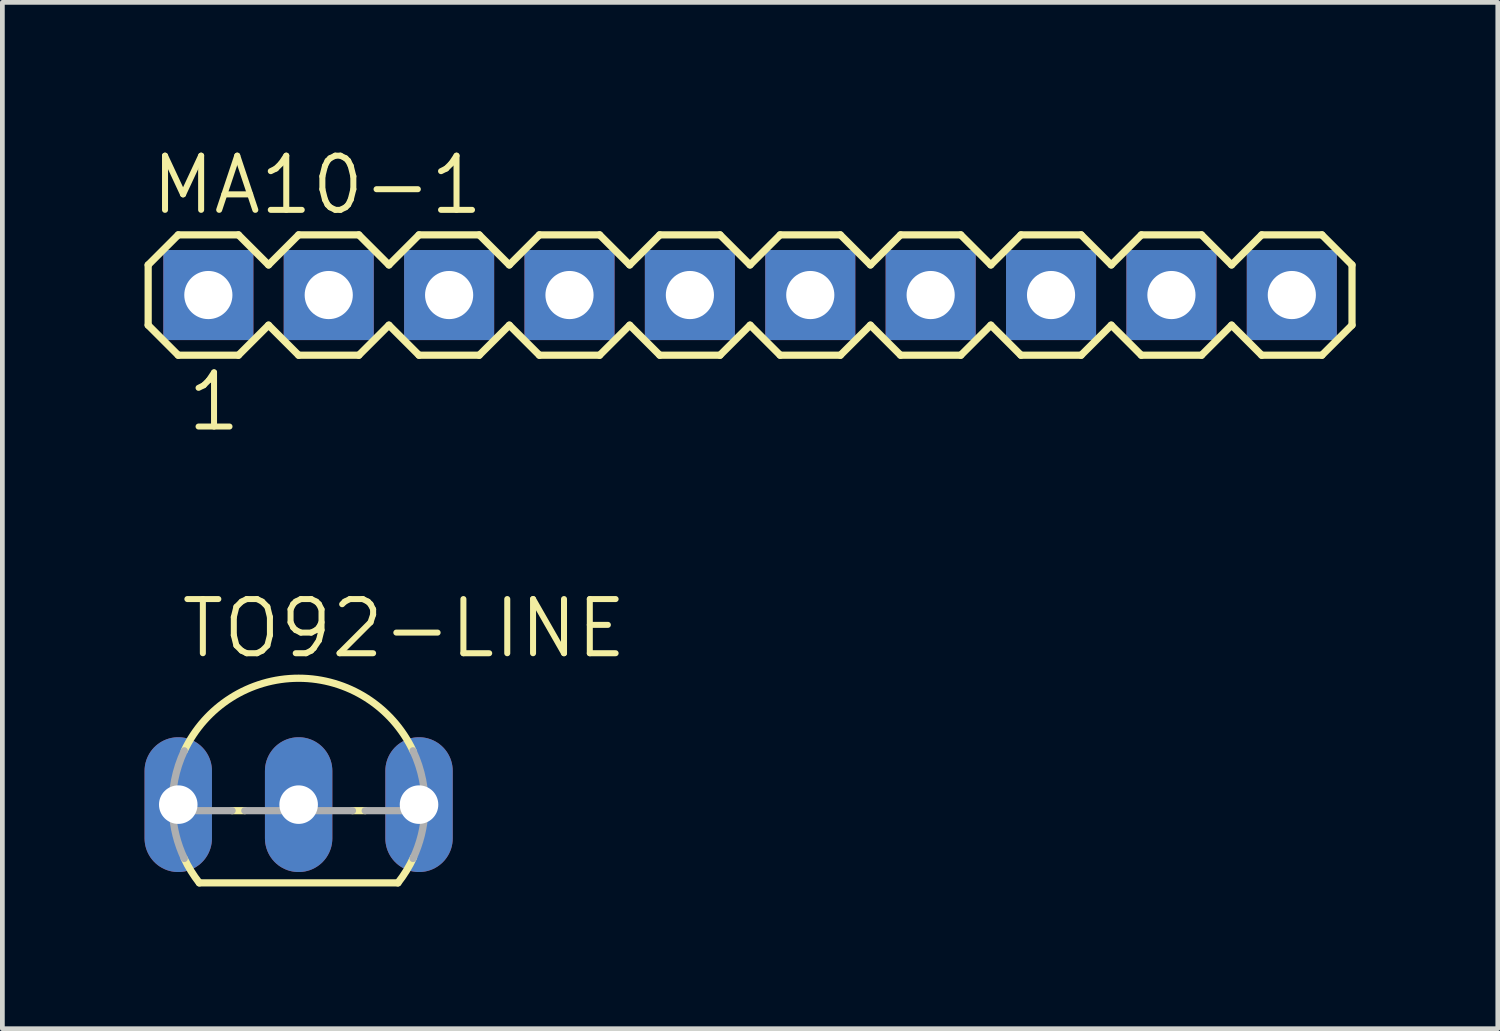
<source format=kicad_pcb>
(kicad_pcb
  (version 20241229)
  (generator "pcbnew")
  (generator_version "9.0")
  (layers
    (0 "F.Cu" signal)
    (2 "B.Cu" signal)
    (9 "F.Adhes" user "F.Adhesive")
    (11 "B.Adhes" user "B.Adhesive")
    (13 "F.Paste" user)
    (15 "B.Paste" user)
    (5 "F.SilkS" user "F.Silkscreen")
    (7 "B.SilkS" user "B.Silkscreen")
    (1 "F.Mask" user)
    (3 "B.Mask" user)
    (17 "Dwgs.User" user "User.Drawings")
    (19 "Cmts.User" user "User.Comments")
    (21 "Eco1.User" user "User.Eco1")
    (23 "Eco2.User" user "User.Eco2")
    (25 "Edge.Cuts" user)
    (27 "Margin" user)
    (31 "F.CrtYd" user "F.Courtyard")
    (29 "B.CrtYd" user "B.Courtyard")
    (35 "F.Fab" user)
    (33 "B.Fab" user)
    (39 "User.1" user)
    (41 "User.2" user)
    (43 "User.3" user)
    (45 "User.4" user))
  (footprint "MA10-1"
    (layer "F.Cu")
    (at 12.776 3.175)
    (property "Reference" "MA10-1" (at -12.7 -1.651 0) (layer "F.SilkS") (effects (font (size 1.143 1.143) (thickness 0.127)) (justify left bottom)))
    (fp_line (start -12.7 -0.635) (end -12.7 0.635) (stroke (width 0.152) (type solid)) (layer "F.SilkS"))
    (fp_line (start -12.7 0.635) (end -12.065 1.27) (stroke (width 0.152) (type solid)) (layer "F.SilkS"))
    (fp_line (start -12.065 -1.27) (end -12.7 -0.635) (stroke (width 0.152) (type solid)) (layer "F.SilkS"))
    (fp_line (start -12.065 -1.27) (end -10.795 -1.27) (stroke (width 0.152) (type solid)) (layer "F.SilkS"))
    (fp_line (start -10.795 -1.27) (end -10.16 -0.635) (stroke (width 0.152) (type solid)) (layer "F.SilkS"))
    (fp_line (start -10.795 1.27) (end -12.065 1.27) (stroke (width 0.152) (type solid)) (layer "F.SilkS"))
    (fp_line (start -10.16 -0.635) (end -9.525 -1.27) (stroke (width 0.152) (type solid)) (layer "F.SilkS"))
    (fp_line (start -10.16 0.635) (end -10.795 1.27) (stroke (width 0.152) (type solid)) (layer "F.SilkS"))
    (fp_line (start -9.525 -1.27) (end -8.255 -1.27) (stroke (width 0.152) (type solid)) (layer "F.SilkS"))
    (fp_line (start -9.525 1.27) (end -10.16 0.635) (stroke (width 0.152) (type solid)) (layer "F.SilkS"))
    (fp_line (start -8.255 -1.27) (end -7.62 -0.635) (stroke (width 0.152) (type solid)) (layer "F.SilkS"))
    (fp_line (start -8.255 1.27) (end -9.525 1.27) (stroke (width 0.152) (type solid)) (layer "F.SilkS"))
    (fp_line (start -7.62 -0.635) (end -6.985 -1.27) (stroke (width 0.152) (type solid)) (layer "F.SilkS"))
    (fp_line (start -7.62 0.635) (end -8.255 1.27) (stroke (width 0.152) (type solid)) (layer "F.SilkS"))
    (fp_line (start -6.985 -1.27) (end -5.715 -1.27) (stroke (width 0.152) (type solid)) (layer "F.SilkS"))
    (fp_line (start -6.985 1.27) (end -7.62 0.635) (stroke (width 0.152) (type solid)) (layer "F.SilkS"))
    (fp_line (start -5.715 -1.27) (end -5.08 -0.635) (stroke (width 0.152) (type solid)) (layer "F.SilkS"))
    (fp_line (start -5.715 1.27) (end -6.985 1.27) (stroke (width 0.152) (type solid)) (layer "F.SilkS"))
    (fp_line (start -5.08 0.635) (end -5.715 1.27) (stroke (width 0.152) (type solid)) (layer "F.SilkS"))
    (fp_line (start -5.08 0.635) (end -4.445 1.27) (stroke (width 0.152) (type solid)) (layer "F.SilkS"))
    (fp_line (start -4.445 -1.27) (end -5.08 -0.635) (stroke (width 0.152) (type solid)) (layer "F.SilkS"))
    (fp_line (start -4.445 -1.27) (end -3.175 -1.27) (stroke (width 0.152) (type solid)) (layer "F.SilkS"))
    (fp_line (start -3.175 -1.27) (end -2.54 -0.635) (stroke (width 0.152) (type solid)) (layer "F.SilkS"))
    (fp_line (start -3.175 1.27) (end -4.445 1.27) (stroke (width 0.152) (type solid)) (layer "F.SilkS"))
    (fp_line (start -2.54 0.635) (end -3.175 1.27) (stroke (width 0.152) (type solid)) (layer "F.SilkS"))
    (fp_line (start -2.54 0.635) (end -1.905 1.27) (stroke (width 0.152) (type solid)) (layer "F.SilkS"))
    (fp_line (start -1.905 -1.27) (end -2.54 -0.635) (stroke (width 0.152) (type solid)) (layer "F.SilkS"))
    (fp_line (start -1.905 -1.27) (end -0.635 -1.27) (stroke (width 0.152) (type solid)) (layer "F.SilkS"))
    (fp_line (start -0.635 -1.27) (end 0 -0.635) (stroke (width 0.152) (type solid)) (layer "F.SilkS"))
    (fp_line (start -0.635 1.27) (end -1.905 1.27) (stroke (width 0.152) (type solid)) (layer "F.SilkS"))
    (fp_line (start 0 -0.635) (end 0.635 -1.27) (stroke (width 0.152) (type solid)) (layer "F.SilkS"))
    (fp_line (start 0 0.635) (end -0.635 1.27) (stroke (width 0.152) (type solid)) (layer "F.SilkS"))
    (fp_line (start 0.635 -1.27) (end 1.905 -1.27) (stroke (width 0.152) (type solid)) (layer "F.SilkS"))
    (fp_line (start 0.635 1.27) (end 0 0.635) (stroke (width 0.152) (type solid)) (layer "F.SilkS"))
    (fp_line (start 1.905 -1.27) (end 2.54 -0.635) (stroke (width 0.152) (type solid)) (layer "F.SilkS"))
    (fp_line (start 1.905 1.27) (end 0.635 1.27) (stroke (width 0.152) (type solid)) (layer "F.SilkS"))
    (fp_line (start 2.54 -0.635) (end 3.175 -1.27) (stroke (width 0.152) (type solid)) (layer "F.SilkS"))
    (fp_line (start 2.54 0.635) (end 1.905 1.27) (stroke (width 0.152) (type solid)) (layer "F.SilkS"))
    (fp_line (start 3.175 -1.27) (end 4.445 -1.27) (stroke (width 0.152) (type solid)) (layer "F.SilkS"))
    (fp_line (start 3.175 1.27) (end 2.54 0.635) (stroke (width 0.152) (type solid)) (layer "F.SilkS"))
    (fp_line (start 4.445 -1.27) (end 5.08 -0.635) (stroke (width 0.152) (type solid)) (layer "F.SilkS"))
    (fp_line (start 4.445 1.27) (end 3.175 1.27) (stroke (width 0.152) (type solid)) (layer "F.SilkS"))
    (fp_line (start 5.08 0.635) (end 4.445 1.27) (stroke (width 0.152) (type solid)) (layer "F.SilkS"))
    (fp_line (start 5.08 0.635) (end 5.715 1.27) (stroke (width 0.152) (type solid)) (layer "F.SilkS"))
    (fp_line (start 5.715 -1.27) (end 5.08 -0.635) (stroke (width 0.152) (type solid)) (layer "F.SilkS"))
    (fp_line (start 5.715 -1.27) (end 6.985 -1.27) (stroke (width 0.152) (type solid)) (layer "F.SilkS"))
    (fp_line (start 6.985 -1.27) (end 7.62 -0.635) (stroke (width 0.152) (type solid)) (layer "F.SilkS"))
    (fp_line (start 6.985 1.27) (end 5.715 1.27) (stroke (width 0.152) (type solid)) (layer "F.SilkS"))
    (fp_line (start 7.62 0.635) (end 6.985 1.27) (stroke (width 0.152) (type solid)) (layer "F.SilkS"))
    (fp_line (start 7.62 0.635) (end 8.255 1.27) (stroke (width 0.152) (type solid)) (layer "F.SilkS"))
    (fp_line (start 8.255 -1.27) (end 7.62 -0.635) (stroke (width 0.152) (type solid)) (layer "F.SilkS"))
    (fp_line (start 8.255 -1.27) (end 9.525 -1.27) (stroke (width 0.152) (type solid)) (layer "F.SilkS"))
    (fp_line (start 9.525 -1.27) (end 10.16 -0.635) (stroke (width 0.152) (type solid)) (layer "F.SilkS"))
    (fp_line (start 9.525 1.27) (end 8.255 1.27) (stroke (width 0.152) (type solid)) (layer "F.SilkS"))
    (fp_line (start 10.16 -0.635) (end 10.795 -1.27) (stroke (width 0.152) (type solid)) (layer "F.SilkS"))
    (fp_line (start 10.16 0.635) (end 9.525 1.27) (stroke (width 0.152) (type solid)) (layer "F.SilkS"))
    (fp_line (start 10.795 -1.27) (end 12.065 -1.27) (stroke (width 0.152) (type solid)) (layer "F.SilkS"))
    (fp_line (start 10.795 1.27) (end 10.16 0.635) (stroke (width 0.152) (type solid)) (layer "F.SilkS"))
    (fp_line (start 12.065 -1.27) (end 12.7 -0.635) (stroke (width 0.152) (type solid)) (layer "F.SilkS"))
    (fp_line (start 12.065 1.27) (end 10.795 1.27) (stroke (width 0.152) (type solid)) (layer "F.SilkS"))
    (fp_line (start 12.7 -0.635) (end 12.7 0.635) (stroke (width 0.152) (type solid)) (layer "F.SilkS"))
    (fp_line (start 12.7 0.635) (end 12.065 1.27) (stroke (width 0.152) (type solid)) (layer "F.SilkS"))
    (fp_poly (pts (xy -11.684 0.254) (xy -11.176 0.254) (xy -11.176 -0.254) (xy -11.684 -0.254)) (stroke (width 0.1) (type solid)) (fill no) (layer "F.Fab"))
    (fp_poly (pts (xy -9.144 0.254) (xy -8.636 0.254) (xy -8.636 -0.254) (xy -9.144 -0.254)) (stroke (width 0.1) (type solid)) (fill no) (layer "F.Fab"))
    (fp_poly (pts (xy -6.604 0.254) (xy -6.096 0.254) (xy -6.096 -0.254) (xy -6.604 -0.254)) (stroke (width 0.1) (type solid)) (fill no) (layer "F.Fab"))
    (fp_poly (pts (xy -4.064 0.254) (xy -3.556 0.254) (xy -3.556 -0.254) (xy -4.064 -0.254)) (stroke (width 0.1) (type solid)) (fill no) (layer "F.Fab"))
    (fp_poly (pts (xy -1.524 0.254) (xy -1.016 0.254) (xy -1.016 -0.254) (xy -1.524 -0.254)) (stroke (width 0.1) (type solid)) (fill no) (layer "F.Fab"))
    (fp_poly (pts (xy 1.016 0.254) (xy 1.524 0.254) (xy 1.524 -0.254) (xy 1.016 -0.254)) (stroke (width 0.1) (type solid)) (fill no) (layer "F.Fab"))
    (fp_poly (pts (xy 3.556 0.254) (xy 4.064 0.254) (xy 4.064 -0.254) (xy 3.556 -0.254)) (stroke (width 0.1) (type solid)) (fill no) (layer "F.Fab"))
    (fp_poly (pts (xy 6.096 0.254) (xy 6.604 0.254) (xy 6.604 -0.254) (xy 6.096 -0.254)) (stroke (width 0.1) (type solid)) (fill no) (layer "F.Fab"))
    (fp_poly (pts (xy 8.636 0.254) (xy 9.144 0.254) (xy 9.144 -0.254) (xy 8.636 -0.254)) (stroke (width 0.1) (type solid)) (fill no) (layer "F.Fab"))
    (fp_poly (pts (xy 11.176 0.254) (xy 11.684 0.254) (xy 11.684 -0.254) (xy 11.176 -0.254)) (stroke (width 0.1) (type solid)) (fill no) (layer "F.Fab"))
    (fp_text user "1" (at -11.938 2.921 0) (layer "F.SilkS") (effects (font (size 1.143 1.143) (thickness 0.127)) (justify left bottom)))
    (pad "1" thru_hole rect (at -11.43 0 90) (size 1.9 1.9) (drill 1.016) (layers "*.Cu" "*.Mask"))
    (pad "2" thru_hole rect (at -8.89 0 90) (size 1.9 1.9) (drill 1.016) (layers "*.Cu" "*.Mask"))
    (pad "3" thru_hole rect (at -6.35 0 90) (size 1.9 1.9) (drill 1.016) (layers "*.Cu" "*.Mask"))
    (pad "4" thru_hole rect (at -3.81 0 90) (size 1.9 1.9) (drill 1.016) (layers "*.Cu" "*.Mask"))
    (pad "5" thru_hole rect (at -1.27 0 90) (size 1.9 1.9) (drill 1.016) (layers "*.Cu" "*.Mask"))
    (pad "6" thru_hole rect (at 1.27 0 90) (size 1.9 1.9) (drill 1.016) (layers "*.Cu" "*.Mask"))
    (pad "7" thru_hole rect (at 3.81 0 90) (size 1.9 1.9) (drill 1.016) (layers "*.Cu" "*.Mask"))
    (pad "8" thru_hole rect (at 6.35 0 90) (size 1.9 1.9) (drill 1.016) (layers "*.Cu" "*.Mask"))
    (pad "9" thru_hole rect (at 8.89 0 90) (size 1.9 1.9) (drill 1.016) (layers "*.Cu" "*.Mask"))
    (pad "10" thru_hole rect (at 11.43 0 90) (size 1.9 1.9) (drill 1.016) (layers "*.Cu" "*.Mask")))
  (footprint "TO92-LINE"
    (layer "F.Cu")
    (at 3.251 13.927)
    (property "Reference" "TO92-LINE" (at -2.54 -3.048 0) (layer "F.SilkS") (effects (font (size 1.143 1.143) (thickness 0.127)) (justify left bottom)))
    (fp_line (start -2.095 1.651) (end 2.095 1.651) (stroke (width 0.152) (type solid)) (layer "F.SilkS"))
    (fp_line (start -1.136 0.127) (end -1.404 0.127) (stroke (width 0.152) (type solid)) (layer "F.SilkS"))
    (fp_line (start 1.404 0.127) (end 1.136 0.127) (stroke (width 0.152) (type solid)) (layer "F.SilkS"))
    (fp_arc (start -2.413 -1.1359) (mid 0 -2.66699) (end 2.413 -1.1359) (stroke (width 0.1524) (type solid)) (layer "F.SilkS"))
    (fp_arc (start -2.095 1.651) (mid -2.268918 1.40252) (end -2.4135 1.1359) (stroke (width 0.1524) (type solid)) (layer "F.SilkS"))
    (fp_arc (start 2.4247 1.1118) (mid 2.275878 1.391201) (end 2.095 1.651) (stroke (width 0.1524) (type solid)) (layer "F.SilkS"))
    (fp_line (start -1.404 0.127) (end -2.664 0.127) (stroke (width 0.152) (type solid)) (layer "F.Fab"))
    (fp_line (start 1.136 0.127) (end -1.136 0.127) (stroke (width 0.152) (type solid)) (layer "F.Fab"))
    (fp_line (start 2.664 0.127) (end 1.404 0.127) (stroke (width 0.152) (type solid)) (layer "F.Fab"))
    (fp_arc (start -2.664 0.127) (mid -2.615858 -0.519825) (end -2.413 -1.1359) (stroke (width 0.1524) (type solid)) (layer "F.Fab"))
    (fp_arc (start -2.413 1.1359) (mid -2.588137 0.643799) (end -2.664 0.127) (stroke (width 0.1524) (type solid)) (layer "F.Fab"))
    (fp_arc (start 2.413 -1.1359) (mid 2.615858 -0.519825) (end 2.664 0.127) (stroke (width 0.1524) (type solid)) (layer "F.Fab"))
    (fp_arc (start 2.664 0.127) (mid 2.588137 0.643799) (end 2.413 1.1359) (stroke (width 0.1524) (type solid)) (layer "F.Fab"))
    (pad "1" thru_hole oval (at 2.54 0 90) (size 2.845 1.422) (drill 0.813) (layers "*.Cu" "*.Mask"))
    (pad "2" thru_hole oval (at 0 0 90) (size 2.845 1.422) (drill 0.813) (layers "*.Cu" "*.Mask"))
    (pad "3" thru_hole oval (at -2.54 0 90) (size 2.845 1.422) (drill 0.813) (layers "*.Cu" "*.Mask")))
  (gr_rect
    (start -3 -3)
    (end 28.552 18.654)
    (stroke (width 0.1) (type default))
    (fill no)
    (layer "Edge.Cuts")))
</source>
